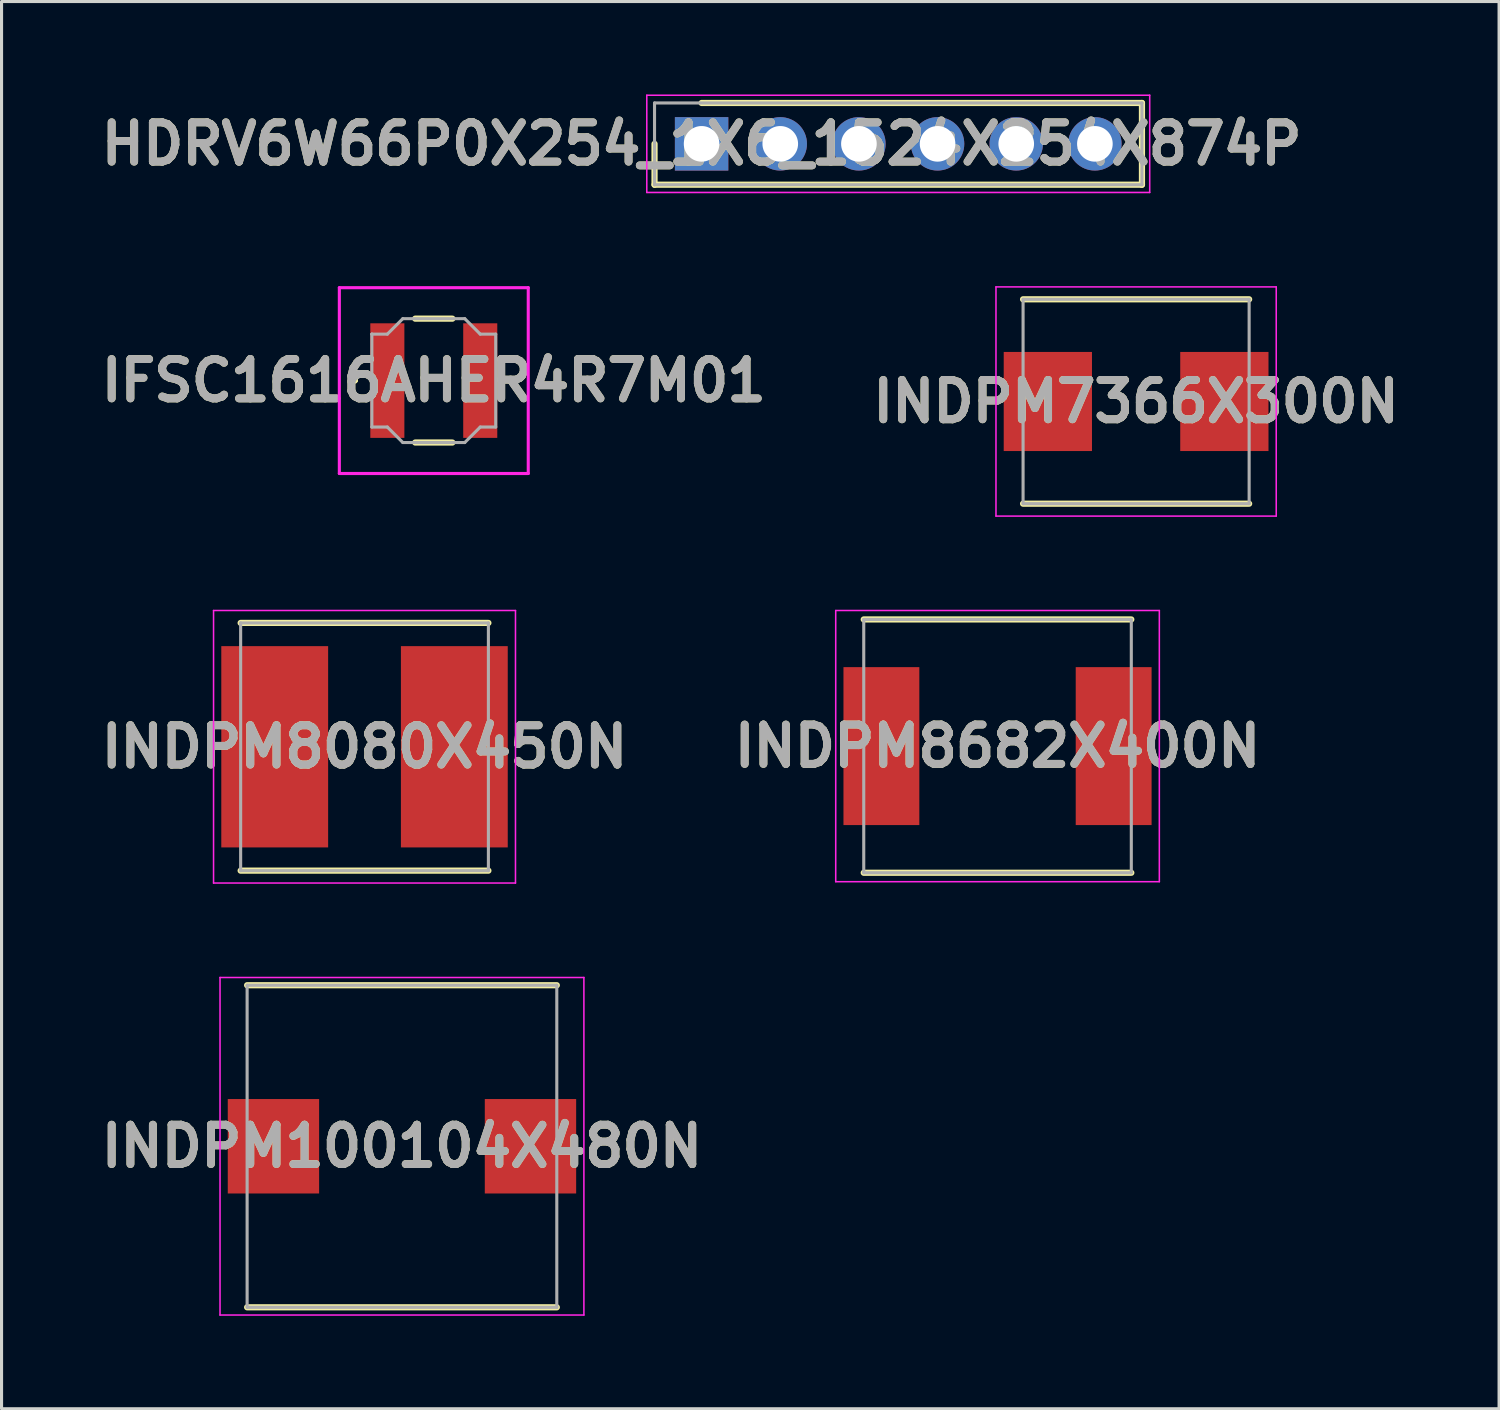
<source format=kicad_pcb>
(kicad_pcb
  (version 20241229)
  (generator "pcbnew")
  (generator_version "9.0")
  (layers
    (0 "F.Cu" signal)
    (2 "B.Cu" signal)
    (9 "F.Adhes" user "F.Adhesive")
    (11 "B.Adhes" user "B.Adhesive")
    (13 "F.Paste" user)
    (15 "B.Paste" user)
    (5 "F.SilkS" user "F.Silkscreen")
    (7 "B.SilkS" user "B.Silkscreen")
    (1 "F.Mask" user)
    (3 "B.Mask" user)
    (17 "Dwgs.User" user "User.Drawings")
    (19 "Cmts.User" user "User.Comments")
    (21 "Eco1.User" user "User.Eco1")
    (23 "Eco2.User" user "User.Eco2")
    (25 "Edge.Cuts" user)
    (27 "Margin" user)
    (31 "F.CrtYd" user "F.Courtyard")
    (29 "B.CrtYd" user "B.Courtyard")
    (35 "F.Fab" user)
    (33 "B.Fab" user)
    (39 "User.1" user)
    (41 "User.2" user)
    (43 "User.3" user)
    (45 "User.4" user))
  (footprint "HDRV6W66P0X254_1X6_1524X254X874P"
    (layer "F.Cu")
    (at 19.606 1.595)
    (property "Reference" "HDRV6W66P0X254_1X6_1524X254X874P" (at 0 0 0) (layer "F.SilkS") (effects (font (size 1.27 1.27) (thickness 0.254))))
    (attr through_hole)
    (fp_line (start -1.52 0) (end -1.52 1.32) (stroke (width 0.2) (type solid)) (layer "F.SilkS"))
    (fp_line (start -1.52 1.32) (end 14.22 1.32) (stroke (width 0.2) (type solid)) (layer "F.SilkS"))
    (fp_line (start 14.22 -1.32) (end 0 -1.32) (stroke (width 0.2) (type solid)) (layer "F.SilkS"))
    (fp_line (start 14.22 1.32) (end 14.22 -1.32) (stroke (width 0.2) (type solid)) (layer "F.SilkS"))
    (fp_line (start -1.77 -1.57) (end 14.47 -1.57) (stroke (width 0.05) (type solid)) (layer "F.CrtYd"))
    (fp_line (start -1.77 1.57) (end -1.77 -1.57) (stroke (width 0.05) (type solid)) (layer "F.CrtYd"))
    (fp_line (start 14.47 -1.57) (end 14.47 1.57) (stroke (width 0.05) (type solid)) (layer "F.CrtYd"))
    (fp_line (start 14.47 1.57) (end -1.77 1.57) (stroke (width 0.05) (type solid)) (layer "F.CrtYd"))
    (fp_line (start -1.52 -1.32) (end 14.22 -1.32) (stroke (width 0.1) (type solid)) (layer "F.Fab"))
    (fp_line (start -1.52 1.32) (end -1.52 -1.32) (stroke (width 0.1) (type solid)) (layer "F.Fab"))
    (fp_line (start 14.22 -1.32) (end 14.22 1.32) (stroke (width 0.1) (type solid)) (layer "F.Fab"))
    (fp_line (start 14.22 1.32) (end -1.52 1.32) (stroke (width 0.1) (type solid)) (layer "F.Fab"))
    (fp_text user "${REFERENCE}" (at 0 0 0) (layer "F.Fab") (effects (font (size 1.27 1.27) (thickness 0.254))))
    (pad "1" thru_hole rect (at 0 0) (size 1.725 1.725) (drill 1.15) (layers "*.Cu" "*.Mask"))
    (pad "2" thru_hole circle (at 2.54 0) (size 1.725 1.725) (drill 1.15) (layers "*.Cu" "*.Mask"))
    (pad "3" thru_hole circle (at 5.08 0) (size 1.725 1.725) (drill 1.15) (layers "*.Cu" "*.Mask"))
    (pad "4" thru_hole circle (at 7.62 0) (size 1.725 1.725) (drill 1.15) (layers "*.Cu" "*.Mask"))
    (pad "5" thru_hole circle (at 10.16 0) (size 1.725 1.725) (drill 1.15) (layers "*.Cu" "*.Mask"))
    (pad "6" thru_hole circle (at 12.7 0) (size 1.725 1.725) (drill 1.15) (layers "*.Cu" "*.Mask")))
  (footprint "INDPM7366X300N"
    (layer "F.Cu")
    (at 33.637 9.915)
    (property "Reference" "INDPM7366X300N" (at 0 0 0) (layer "F.SilkS") (effects (font (size 1.27 1.27) (thickness 0.254))))
    (attr smd)
    (fp_line (start -3.65 3.3) (end 3.65 3.3) (stroke (width 0.2) (type solid)) (layer "F.SilkS"))
    (fp_line (start 3.65 -3.3) (end -3.65 -3.3) (stroke (width 0.2) (type solid)) (layer "F.SilkS"))
    (fp_line (start -4.525 -3.7) (end 4.525 -3.7) (stroke (width 0.05) (type solid)) (layer "F.CrtYd"))
    (fp_line (start -4.525 3.7) (end -4.525 -3.7) (stroke (width 0.05) (type solid)) (layer "F.CrtYd"))
    (fp_line (start 4.525 -3.7) (end 4.525 3.7) (stroke (width 0.05) (type solid)) (layer "F.CrtYd"))
    (fp_line (start 4.525 3.7) (end -4.525 3.7) (stroke (width 0.05) (type solid)) (layer "F.CrtYd"))
    (fp_line (start -3.65 -3.3) (end 3.65 -3.3) (stroke (width 0.1) (type solid)) (layer "F.Fab"))
    (fp_line (start -3.65 3.3) (end -3.65 -3.3) (stroke (width 0.1) (type solid)) (layer "F.Fab"))
    (fp_line (start 3.65 -3.3) (end 3.65 3.3) (stroke (width 0.1) (type solid)) (layer "F.Fab"))
    (fp_line (start 3.65 3.3) (end -3.65 3.3) (stroke (width 0.1) (type solid)) (layer "F.Fab"))
    (fp_text user "${REFERENCE}" (at 0 0 0) (layer "F.Fab") (effects (font (size 1.27 1.27) (thickness 0.254))))
    (pad "1" smd rect (at -2.85 0) (size 2.85 3.2) (layers "F.Cu" "F.Mask" "F.Paste"))
    (pad "2" smd rect (at 2.85 0) (size 2.85 3.2) (layers "F.Cu" "F.Mask" "F.Paste")))
  (footprint "IFSC1616AHER4R7M01"
    (layer "F.Cu")
    (at 10.958 9.24)
    (property "Reference" "IFSC1616AHER4R7M01" (at 0 0 0) (layer "F.SilkS") (effects (font (size 1.27 1.27) (thickness 0.254))))
    (attr smd)
    (fp_line (start -2.6 0) (end -2.6 0) (stroke (width 0.1) (type solid)) (layer "F.SilkS"))
    (fp_line (start -2.5 0) (end -2.5 0) (stroke (width 0.1) (type solid)) (layer "F.SilkS"))
    (fp_line (start -0.6 -2) (end 0.6 -2) (stroke (width 0.2) (type solid)) (layer "F.SilkS"))
    (fp_line (start -0.6 2) (end 0.6 2) (stroke (width 0.2) (type solid)) (layer "F.SilkS"))
    (fp_arc (start -2.6 0) (mid -2.55 -0.05) (end -2.5 0) (stroke (width 0.1) (type solid)) (layer "F.SilkS"))
    (fp_arc (start -2.5 0) (mid -2.55 0.05) (end -2.6 0) (stroke (width 0.1) (type solid)) (layer "F.SilkS"))
    (fp_line (start -3.05 -3) (end 3.05 -3) (stroke (width 0.1) (type solid)) (layer "F.CrtYd"))
    (fp_line (start -3.05 3) (end -3.05 -3) (stroke (width 0.1) (type solid)) (layer "F.CrtYd"))
    (fp_line (start 3.05 -3) (end 3.05 3) (stroke (width 0.1) (type solid)) (layer "F.CrtYd"))
    (fp_line (start 3.05 3) (end -3.05 3) (stroke (width 0.1) (type solid)) (layer "F.CrtYd"))
    (fp_line (start -2 -1.5) (end -2 -1.5) (stroke (width 0.1) (type solid)) (layer "F.Fab"))
    (fp_line (start -2 -1.5) (end -1.5 -1.5) (stroke (width 0.1) (type solid)) (layer "F.Fab"))
    (fp_line (start -2 1.5) (end -2 -1.5) (stroke (width 0.1) (type solid)) (layer "F.Fab"))
    (fp_line (start -1.5 -1.5) (end -1 -2) (stroke (width 0.1) (type solid)) (layer "F.Fab"))
    (fp_line (start -1.5 1.5) (end -2 1.5) (stroke (width 0.1) (type solid)) (layer "F.Fab"))
    (fp_line (start -1 -2) (end 1 -2) (stroke (width 0.1) (type solid)) (layer "F.Fab"))
    (fp_line (start -1 2) (end -1.5 1.5) (stroke (width 0.1) (type solid)) (layer "F.Fab"))
    (fp_line (start 1 -2) (end 1.5 -1.5) (stroke (width 0.1) (type solid)) (layer "F.Fab"))
    (fp_line (start 1 2) (end -1 2) (stroke (width 0.1) (type solid)) (layer "F.Fab"))
    (fp_line (start 1.5 -1.5) (end 2 -1.5) (stroke (width 0.1) (type solid)) (layer "F.Fab"))
    (fp_line (start 1.5 1.5) (end 1 2) (stroke (width 0.1) (type solid)) (layer "F.Fab"))
    (fp_line (start 2 -1.5) (end 2 1.5) (stroke (width 0.1) (type solid)) (layer "F.Fab"))
    (fp_line (start 2 1.5) (end 1.5 1.5) (stroke (width 0.1) (type solid)) (layer "F.Fab"))
    (fp_text user "${REFERENCE}" (at 0 0 0) (layer "F.Fab") (effects (font (size 1.27 1.27) (thickness 0.254))))
    (pad "1" smd rect (at -1.5 0) (size 1.1 3.7) (layers "F.Cu" "F.Mask" "F.Paste"))
    (pad "2" smd rect (at 1.5 0) (size 1.1 3.7) (layers "F.Cu" "F.Mask" "F.Paste")))
  (footprint "INDPM8682X400N"
    (layer "F.Cu")
    (at 29.162 21.043)
    (property "Reference" "INDPM8682X400N" (at 0 0 0) (layer "F.SilkS") (effects (font (size 1.27 1.27) (thickness 0.254))))
    (attr smd)
    (fp_line (start -4.32 4.09) (end 4.32 4.09) (stroke (width 0.2) (type solid)) (layer "F.SilkS"))
    (fp_line (start 4.32 -4.09) (end -4.32 -4.09) (stroke (width 0.2) (type solid)) (layer "F.SilkS"))
    (fp_line (start -5.225 -4.378) (end 5.225 -4.378) (stroke (width 0.05) (type solid)) (layer "F.CrtYd"))
    (fp_line (start -5.225 4.378) (end -5.225 -4.378) (stroke (width 0.05) (type solid)) (layer "F.CrtYd"))
    (fp_line (start 5.225 -4.378) (end 5.225 4.378) (stroke (width 0.05) (type solid)) (layer "F.CrtYd"))
    (fp_line (start 5.225 4.378) (end -5.225 4.378) (stroke (width 0.05) (type solid)) (layer "F.CrtYd"))
    (fp_line (start -4.32 -4.09) (end 4.32 -4.09) (stroke (width 0.1) (type solid)) (layer "F.Fab"))
    (fp_line (start -4.32 4.09) (end -4.32 -4.09) (stroke (width 0.1) (type solid)) (layer "F.Fab"))
    (fp_line (start 4.32 -4.09) (end 4.32 4.09) (stroke (width 0.1) (type solid)) (layer "F.Fab"))
    (fp_line (start 4.32 4.09) (end -4.32 4.09) (stroke (width 0.1) (type solid)) (layer "F.Fab"))
    (fp_text user "${REFERENCE}" (at 0 0 0) (layer "F.Fab") (effects (font (size 1.27 1.27) (thickness 0.254))))
    (pad "1" smd rect (at -3.75 0) (size 2.45 5.1) (layers "F.Cu" "F.Mask" "F.Paste"))
    (pad "2" smd rect (at 3.75 0) (size 2.45 5.1) (layers "F.Cu" "F.Mask" "F.Paste")))
  (footprint "INDPM100104X480N"
    (layer "F.Cu")
    (at 9.93 33.965)
    (property "Reference" "INDPM100104X480N" (at 0 0 0) (layer "F.SilkS") (effects (font (size 1.27 1.27) (thickness 0.254))))
    (attr smd)
    (fp_line (start -5 5.2) (end 5 5.2) (stroke (width 0.2) (type solid)) (layer "F.SilkS"))
    (fp_line (start 5 -5.2) (end -5 -5.2) (stroke (width 0.2) (type solid)) (layer "F.SilkS"))
    (fp_line (start -5.875 -5.45) (end 5.875 -5.45) (stroke (width 0.05) (type solid)) (layer "F.CrtYd"))
    (fp_line (start -5.875 5.45) (end -5.875 -5.45) (stroke (width 0.05) (type solid)) (layer "F.CrtYd"))
    (fp_line (start 5.875 -5.45) (end 5.875 5.45) (stroke (width 0.05) (type solid)) (layer "F.CrtYd"))
    (fp_line (start 5.875 5.45) (end -5.875 5.45) (stroke (width 0.05) (type solid)) (layer "F.CrtYd"))
    (fp_line (start -5 -5.2) (end 5 -5.2) (stroke (width 0.1) (type solid)) (layer "F.Fab"))
    (fp_line (start -5 5.2) (end -5 -5.2) (stroke (width 0.1) (type solid)) (layer "F.Fab"))
    (fp_line (start 5 -5.2) (end 5 5.2) (stroke (width 0.1) (type solid)) (layer "F.Fab"))
    (fp_line (start 5 5.2) (end -5 5.2) (stroke (width 0.1) (type solid)) (layer "F.Fab"))
    (fp_text user "${REFERENCE}" (at 0 0 0) (layer "F.Fab") (effects (font (size 1.27 1.27) (thickness 0.254))))
    (pad "1" smd rect (at -4.15 0) (size 2.95 3.05) (layers "F.Cu" "F.Mask" "F.Paste"))
    (pad "2" smd rect (at 4.15 0) (size 2.95 3.05) (layers "F.Cu" "F.Mask" "F.Paste")))
  (footprint "INDPM8080X450N"
    (layer "F.Cu")
    (at 8.721 21.065)
    (property "Reference" "INDPM8080X450N" (at 0 0 0) (layer "F.SilkS") (effects (font (size 1.27 1.27) (thickness 0.254))))
    (attr smd)
    (fp_line (start -4 4) (end 4 4) (stroke (width 0.2) (type solid)) (layer "F.SilkS"))
    (fp_line (start 4 -4) (end -4 -4) (stroke (width 0.2) (type solid)) (layer "F.SilkS"))
    (fp_line (start -4.875 -4.4) (end 4.875 -4.4) (stroke (width 0.05) (type solid)) (layer "F.CrtYd"))
    (fp_line (start -4.875 4.4) (end -4.875 -4.4) (stroke (width 0.05) (type solid)) (layer "F.CrtYd"))
    (fp_line (start 4.875 -4.4) (end 4.875 4.4) (stroke (width 0.05) (type solid)) (layer "F.CrtYd"))
    (fp_line (start 4.875 4.4) (end -4.875 4.4) (stroke (width 0.05) (type solid)) (layer "F.CrtYd"))
    (fp_line (start -4 -4) (end 4 -4) (stroke (width 0.1) (type solid)) (layer "F.Fab"))
    (fp_line (start -4 4) (end -4 -4) (stroke (width 0.1) (type solid)) (layer "F.Fab"))
    (fp_line (start 4 -4) (end 4 4) (stroke (width 0.1) (type solid)) (layer "F.Fab"))
    (fp_line (start 4 4) (end -4 4) (stroke (width 0.1) (type solid)) (layer "F.Fab"))
    (fp_text user "${REFERENCE}" (at 0 0 0) (layer "F.Fab") (effects (font (size 1.27 1.27) (thickness 0.254))))
    (pad "1" smd rect (at -2.9 0) (size 3.45 6.5) (layers "F.Cu" "F.Mask" "F.Paste"))
    (pad "2" smd rect (at 2.9 0) (size 3.45 6.5) (layers "F.Cu" "F.Mask" "F.Paste")))
  (gr_rect
    (start -3 -3)
    (end 45.358 42.44)
    (stroke (width 0.1) (type default))
    (fill no)
    (layer "Edge.Cuts")))
</source>
